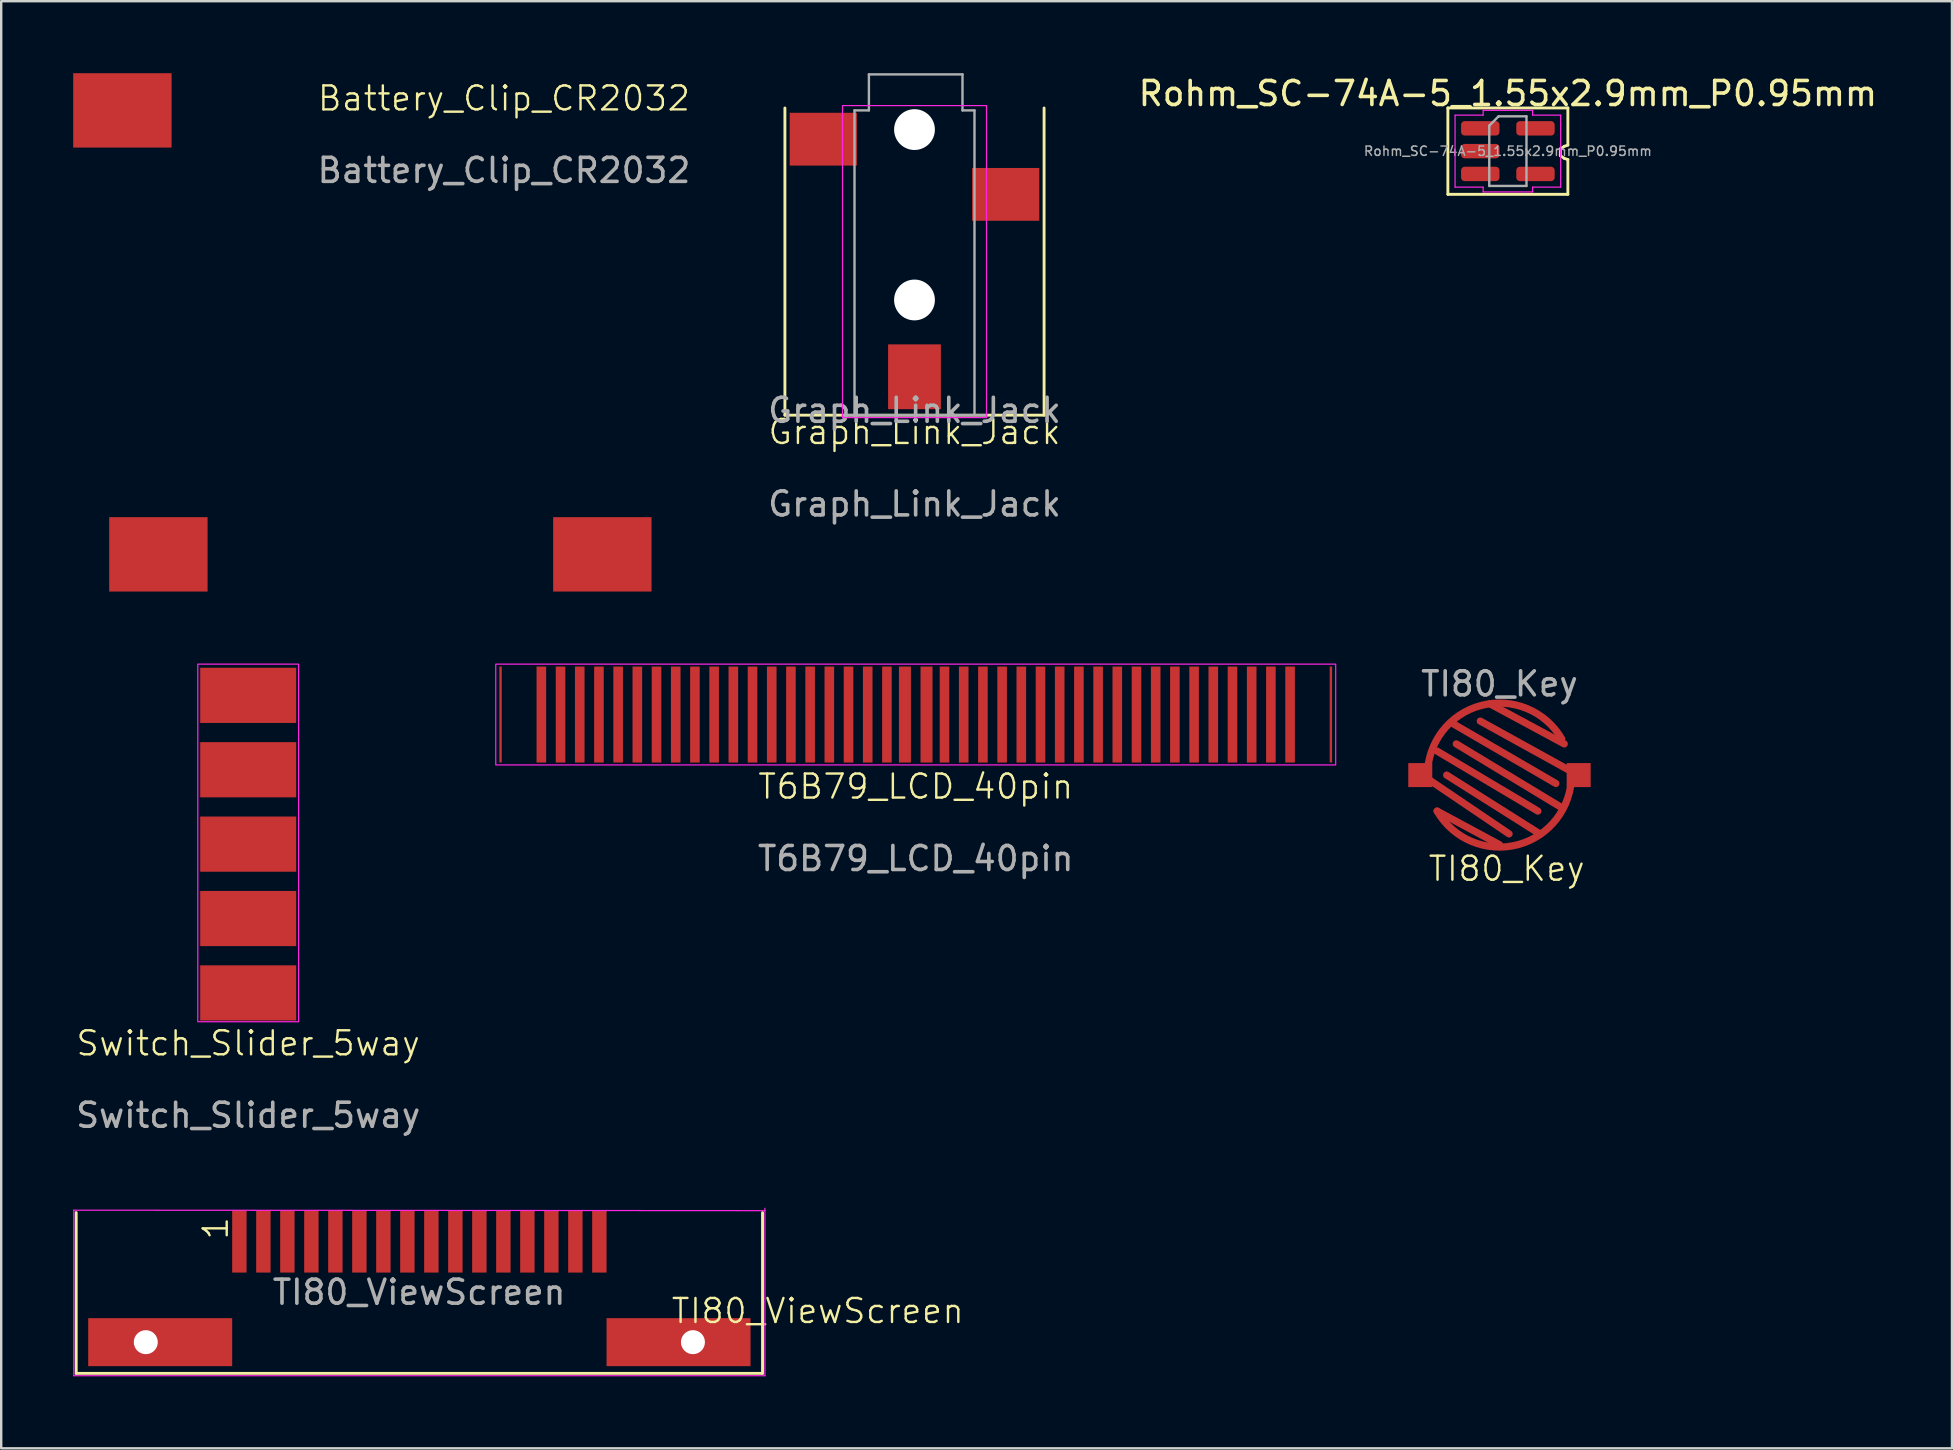
<source format=kicad_pcb>
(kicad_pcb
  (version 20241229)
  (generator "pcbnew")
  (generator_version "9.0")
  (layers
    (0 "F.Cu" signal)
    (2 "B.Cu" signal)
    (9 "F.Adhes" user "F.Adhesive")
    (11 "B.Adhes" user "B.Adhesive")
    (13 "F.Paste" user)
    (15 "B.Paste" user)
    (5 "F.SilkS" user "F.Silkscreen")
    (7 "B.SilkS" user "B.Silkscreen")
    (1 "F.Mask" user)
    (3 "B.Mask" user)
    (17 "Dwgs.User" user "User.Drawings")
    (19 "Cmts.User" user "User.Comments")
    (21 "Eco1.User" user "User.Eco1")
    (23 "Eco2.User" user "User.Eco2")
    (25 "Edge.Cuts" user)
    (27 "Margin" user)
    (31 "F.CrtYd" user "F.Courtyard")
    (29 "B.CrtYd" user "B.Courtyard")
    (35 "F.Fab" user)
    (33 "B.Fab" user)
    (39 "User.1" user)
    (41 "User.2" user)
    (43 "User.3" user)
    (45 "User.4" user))
  (footprint "T6B79_LCD_40pin"
    (layer "F.Cu")
    (at 35.108 30.225)
    (property "Reference" "T6B79_LCD_40pin" (at 0 -0.5 0) (unlocked yes) (layer "F.SilkS") (effects (font (size 1 1) (thickness 0.1))))
    (attr smd)
    (fp_rect (start -17.5 -5.6) (end 17.5 -1.4) (stroke (width 0.05) (type default)) (fill no) (layer "F.CrtYd"))
    (fp_text user "${REFERENCE}" (at 0 2.5 0) (unlocked yes) (layer "F.Fab") (effects (font (size 1 1) (thickness 0.15))))
    (pad "" smd rect (at -17.3 -3.5) (size 0.1 4) (layers "F.Cu" "F.Mask" "F.Paste"))
    (pad "" smd rect (at 17.3 -3.5) (size 0.1 4) (layers "F.Cu" "F.Mask" "F.Paste"))
    (pad "1" smd rect (at -15.6 -3.5) (size 0.4 4) (layers "F.Cu" "F.Mask" "F.Paste"))
    (pad "2" smd rect (at -14.8 -3.5) (size 0.4 4) (layers "F.Cu" "F.Mask" "F.Paste"))
    (pad "3" smd rect (at -14 -3.5) (size 0.4 4) (layers "F.Cu" "F.Mask" "F.Paste"))
    (pad "4" smd rect (at -13.2 -3.5) (size 0.4 4) (layers "F.Cu" "F.Mask" "F.Paste"))
    (pad "5" smd rect (at -12.4 -3.5) (size 0.4 4) (layers "F.Cu" "F.Mask" "F.Paste"))
    (pad "6" smd rect (at -11.6 -3.5) (size 0.4 4) (layers "F.Cu" "F.Mask" "F.Paste"))
    (pad "7" smd rect (at -10.8 -3.5) (size 0.4 4) (layers "F.Cu" "F.Mask" "F.Paste"))
    (pad "8" smd rect (at -10 -3.5) (size 0.4 4) (layers "F.Cu" "F.Mask" "F.Paste"))
    (pad "9" smd rect (at -9.2 -3.5) (size 0.4 4) (layers "F.Cu" "F.Mask" "F.Paste"))
    (pad "10" smd rect (at -8.4 -3.5) (size 0.4 4) (layers "F.Cu" "F.Mask" "F.Paste"))
    (pad "11" smd rect (at -7.6 -3.5) (size 0.4 4) (layers "F.Cu" "F.Mask" "F.Paste"))
    (pad "12" smd rect (at -6.8 -3.5) (size 0.4 4) (layers "F.Cu" "F.Mask" "F.Paste"))
    (pad "13" smd rect (at -6 -3.5) (size 0.4 4) (layers "F.Cu" "F.Mask" "F.Paste"))
    (pad "14" smd rect (at -5.2 -3.5) (size 0.4 4) (layers "F.Cu" "F.Mask" "F.Paste"))
    (pad "15" smd rect (at -4.4 -3.5) (size 0.4 4) (layers "F.Cu" "F.Mask" "F.Paste"))
    (pad "16" smd rect (at -3.6 -3.5) (size 0.4 4) (layers "F.Cu" "F.Mask" "F.Paste"))
    (pad "17" smd rect (at -2.8 -3.5) (size 0.4 4) (layers "F.Cu" "F.Mask" "F.Paste"))
    (pad "18" smd rect (at -2 -3.5) (size 0.4 4) (layers "F.Cu" "F.Mask" "F.Paste"))
    (pad "19" smd rect (at -1.2 -3.5) (size 0.4 4) (layers "F.Cu" "F.Mask" "F.Paste"))
    (pad "20" smd rect (at -0.45 -3.5) (size 0.5 4) (layers "F.Cu" "F.Mask" "F.Paste"))
    (pad "21" smd rect (at 0.45 -3.5) (size 0.5 4) (layers "F.Cu" "F.Mask" "F.Paste"))
    (pad "22" smd rect (at 1.2 -3.5) (size 0.4 4) (layers "F.Cu" "F.Mask" "F.Paste"))
    (pad "23" smd rect (at 2 -3.5) (size 0.4 4) (layers "F.Cu" "F.Mask" "F.Paste"))
    (pad "24" smd rect (at 2.8 -3.5) (size 0.4 4) (layers "F.Cu" "F.Mask" "F.Paste"))
    (pad "25" smd rect (at 3.6 -3.5) (size 0.4 4) (layers "F.Cu" "F.Mask" "F.Paste"))
    (pad "26" smd rect (at 4.4 -3.5) (size 0.4 4) (layers "F.Cu" "F.Mask" "F.Paste"))
    (pad "27" smd rect (at 5.2 -3.5) (size 0.4 4) (layers "F.Cu" "F.Mask" "F.Paste"))
    (pad "28" smd rect (at 6 -3.5) (size 0.4 4) (layers "F.Cu" "F.Mask" "F.Paste"))
    (pad "29" smd rect (at 6.8 -3.5) (size 0.4 4) (layers "F.Cu" "F.Mask" "F.Paste"))
    (pad "30" smd rect (at 7.6 -3.5) (size 0.4 4) (layers "F.Cu" "F.Mask" "F.Paste"))
    (pad "31" smd rect (at 8.4 -3.5) (size 0.4 4) (layers "F.Cu" "F.Mask" "F.Paste"))
    (pad "32" smd rect (at 9.2 -3.5) (size 0.4 4) (layers "F.Cu" "F.Mask" "F.Paste"))
    (pad "33" smd rect (at 10 -3.5) (size 0.4 4) (layers "F.Cu" "F.Mask" "F.Paste"))
    (pad "34" smd rect (at 10.8 -3.5) (size 0.4 4) (layers "F.Cu" "F.Mask" "F.Paste"))
    (pad "35" smd rect (at 11.6 -3.5) (size 0.4 4) (layers "F.Cu" "F.Mask" "F.Paste"))
    (pad "36" smd rect (at 12.4 -3.5) (size 0.4 4) (layers "F.Cu" "F.Mask" "F.Paste"))
    (pad "37" smd rect (at 13.2 -3.5) (size 0.4 4) (layers "F.Cu" "F.Mask" "F.Paste"))
    (pad "38" smd rect (at 14 -3.5) (size 0.4 4) (layers "F.Cu" "F.Mask" "F.Paste"))
    (pad "39" smd rect (at 14.8 -3.5) (size 0.4 4) (layers "F.Cu" "F.Mask" "F.Paste"))
    (pad "40" smd rect (at 15.6 -3.5) (size 0.4 4) (layers "F.Cu" "F.Mask" "F.Paste")))
  (footprint "Switch_Slider_5way"
    (layer "F.Cu")
    (at 7.292 40.925)
    (property "Reference" "Switch_Slider_5way" (at 0 -0.5 0) (unlocked yes) (layer "F.SilkS") (effects (font (size 1 1) (thickness 0.1))))
    (attr smd)
    (fp_rect (start -2.1 -16.3) (end 2.1 -1.4) (stroke (width 0.05) (type default)) (fill no) (layer "F.CrtYd"))
    (fp_text user "${REFERENCE}" (at 0 2.5 0) (unlocked yes) (layer "F.Fab") (effects (font (size 1 1) (thickness 0.15))))
    (pad "1" smd rect (at 0 -15) (size 4 2.3) (layers "F.Cu" "F.Mask" "F.Paste"))
    (pad "2" smd rect (at 0 -11.9) (size 4 2.3) (layers "F.Cu" "F.Mask" "F.Paste"))
    (pad "3" smd rect (at 0 -8.8) (size 4 2.3) (layers "F.Cu" "F.Mask" "F.Paste"))
    (pad "4" smd rect (at 0 -5.7) (size 4 2.3) (layers "F.Cu" "F.Mask" "F.Paste"))
    (pad "5" smd rect (at 0 -2.6) (size 4 2.3) (layers "F.Cu" "F.Mask" "F.Paste")))
  (footprint "Battery_Clip_CR2032"
    (layer "F.Cu")
    (at 17.95 1.55)
    (property "Reference" "Battery_Clip_CR2032" (at 0 -0.5 0) (unlocked yes) (layer "F.SilkS") (effects (font (size 1 1) (thickness 0.1))))
    (attr smd)
    (fp_text user "${REFERENCE}" (at 0 2.5 0) (unlocked yes) (layer "F.Fab") (effects (font (size 1 1) (thickness 0.15))))
    (pad "1" smd rect (at -14.4 18.5) (size 4.1 3.1) (layers "F.Cu" "F.Mask" "F.Paste"))
    (pad "1" smd rect (at 4.1 18.5) (size 4.1 3.1) (layers "F.Cu" "F.Mask" "F.Paste"))
    (pad "2" smd rect (at -15.9 0) (size 4.1 3.1) (layers "F.Cu" "F.Mask" "F.Paste")))
  (footprint "Rohm_SC-74A-5_1.55x2.9mm_P0.95mm"
    (layer "F.Cu")
    (at 59.783 3.248)
    (property "Reference" "Rohm_SC-74A-5_1.55x2.9mm_P0.95mm" (at 0 -2.4 0) (layer "F.SilkS") (effects (font (size 1 1) (thickness 0.15))))
    (attr smd)
    (fp_line (start -2.5 1.8) (end -2.5 -1.8) (stroke (width 0.12) (type solid)) (layer "F.SilkS"))
    (fp_line (start 2.185 0.19) (end 2.188 -0.1) (stroke (width 0.12) (type solid)) (layer "F.SilkS"))
    (fp_line (start 2.2 -0.1) (end 2.35 -0.2) (stroke (width 0.12) (type solid)) (layer "F.SilkS"))
    (fp_line (start 2.2 0.2) (end 2.35 0.3) (stroke (width 0.12) (type solid)) (layer "F.SilkS"))
    (fp_line (start 2.35 -0.2) (end 2.5 -0.25) (stroke (width 0.12) (type solid)) (layer "F.SilkS"))
    (fp_line (start 2.35 0.3) (end 2.5 0.35) (stroke (width 0.12) (type solid)) (layer "F.SilkS"))
    (fp_line (start 2.5 -1.8) (end -2.5 -1.8) (stroke (width 0.12) (type solid)) (layer "F.SilkS"))
    (fp_line (start 2.5 -0.25) (end 2.5 -1.8) (stroke (width 0.12) (type solid)) (layer "F.SilkS"))
    (fp_line (start 2.5 1.8) (end -2.5 1.8) (stroke (width 0.12) (type solid)) (layer "F.SilkS"))
    (fp_line (start 2.5 1.8) (end 2.5 0.35) (stroke (width 0.12) (type solid)) (layer "F.SilkS"))
    (fp_line (start -2.2 -1.5) (end -1.03 -1.5) (stroke (width 0.05) (type solid)) (layer "F.CrtYd"))
    (fp_line (start -2.2 1.5) (end -2.2 -1.5) (stroke (width 0.05) (type solid)) (layer "F.CrtYd"))
    (fp_line (start -1.03 -1.7) (end 1.03 -1.7) (stroke (width 0.05) (type solid)) (layer "F.CrtYd"))
    (fp_line (start -1.03 -1.5) (end -1.03 -1.7) (stroke (width 0.05) (type solid)) (layer "F.CrtYd"))
    (fp_line (start -1.03 1.5) (end -2.2 1.5) (stroke (width 0.05) (type solid)) (layer "F.CrtYd"))
    (fp_line (start -1.03 1.7) (end -1.03 1.5) (stroke (width 0.05) (type solid)) (layer "F.CrtYd"))
    (fp_line (start 1.03 -1.7) (end 1.03 -1.5) (stroke (width 0.05) (type solid)) (layer "F.CrtYd"))
    (fp_line (start 1.03 -1.5) (end 2.2 -1.5) (stroke (width 0.05) (type solid)) (layer "F.CrtYd"))
    (fp_line (start 1.03 1.5) (end 1.03 1.7) (stroke (width 0.05) (type solid)) (layer "F.CrtYd"))
    (fp_line (start 1.03 1.7) (end -1.03 1.7) (stroke (width 0.05) (type solid)) (layer "F.CrtYd"))
    (fp_line (start 2.2 -1.5) (end 2.2 1.5) (stroke (width 0.05) (type solid)) (layer "F.CrtYd"))
    (fp_line (start 2.2 1.5) (end 1.03 1.5) (stroke (width 0.05) (type solid)) (layer "F.CrtYd"))
    (fp_line (start -0.775 -1.062) (end -0.388 -1.45) (stroke (width 0.1) (type solid)) (layer "F.Fab"))
    (fp_line (start -0.775 1.45) (end -0.775 -1.062) (stroke (width 0.1) (type solid)) (layer "F.Fab"))
    (fp_line (start -0.388 -1.45) (end 0.775 -1.45) (stroke (width 0.1) (type solid)) (layer "F.Fab"))
    (fp_line (start 0.775 -1.45) (end 0.775 1.45) (stroke (width 0.1) (type solid)) (layer "F.Fab"))
    (fp_line (start 0.775 1.45) (end -0.775 1.45) (stroke (width 0.1) (type solid)) (layer "F.Fab"))
    (fp_text user "${REFERENCE}" (at 0 0 0) (layer "F.Fab") (effects (font (size 0.39 0.39) (thickness 0.06))))
    (pad "1" smd roundrect (at 1.15 -0.95) (size 1.6 0.6) (layers "F.Cu" "F.Mask" "F.Paste") (roundrect_rratio 0.25))
    (pad "2" smd roundrect (at 1.15 0.95) (size 1.6 0.6) (layers "F.Cu" "F.Mask" "F.Paste") (roundrect_rratio 0.25))
    (pad "3" smd roundrect (at -1.15 0.95) (size 1.6 0.6) (layers "F.Cu" "F.Mask" "F.Paste") (roundrect_rratio 0.25))
    (pad "4" smd roundrect (at -1.15 0) (size 1.6 0.6) (layers "F.Cu" "F.Mask" "F.Paste") (roundrect_rratio 0.25))
    (pad "5" smd roundrect (at -1.15 -0.95) (size 1.6 0.6) (layers "F.Cu" "F.Mask" "F.Paste") (roundrect_rratio 0.25)))
  (footprint "TI80_Key"
    (layer "F.Cu")
    (at 59.433 29.248)
    (property "Reference" "TI80_Key" (at 0.3 3.9 0) (unlocked yes) (layer "F.SilkS") (effects (font (size 1 1) (thickness 0.1))))
    (attr smd)
    (fp_line (start -3 0.15) (end 0.4 2.45) (stroke (width 0.3) (type solid)) (layers "F.Cu" "F.Mask"))
    (fp_line (start -2.6 -1) (end 1.6 1.5) (stroke (width 0.3) (type solid)) (layers "F.Cu" "F.Mask"))
    (fp_line (start -2.598 1.5) (end 0 2.9) (stroke (width 0.3) (type solid)) (layers "F.Cu" "F.Mask"))
    (fp_line (start -1.95 -2.15) (end 2.35 0.35) (stroke (width 0.3) (type solid)) (layers "F.Cu" "F.Mask"))
    (fp_line (start 1.6 2.4) (end -2.2 0) (stroke (width 0.3) (type solid)) (layers "F.Cu" "F.Mask"))
    (fp_line (start 2.5 1.3) (end -1.8 -1.3) (stroke (width 0.3) (type solid)) (layers "F.Cu" "F.Mask"))
    (fp_line (start 2.699 -1.3) (end -0.405 -2.973) (stroke (width 0.3) (type solid)) (layers "F.Cu" "F.Mask"))
    (fp_line (start 3 -0.15) (end -0.8 -2.25) (stroke (width 0.3) (type solid)) (layers "F.Cu" "F.Mask"))
    (fp_arc (start -3 0) (mid -0.776457 -2.897777) (end 2.598076 -1.5) (stroke (width 0.3) (type solid)) (layers "F.Cu" "F.Mask"))
    (fp_arc (start 3 0) (mid 0.776457 2.897777) (end -2.598076 1.5) (stroke (width 0.3) (type solid)) (layers "F.Cu" "F.Mask"))
    (fp_text user "${REFERENCE}" (at 0 -3.8 0) (unlocked yes) (layer "F.Fab") (effects (font (size 1 1) (thickness 0.15))))
    (pad "1" smd custom (at -3.3 0) (size 1 1) (layers "F.Cu" "F.Mask" "F.Paste") (options (anchor rect)) (primitives))
    (pad "2" smd custom (at 3.3 0 180) (size 1 1) (layers "F.Cu" "F.Mask" "F.Paste") (options (anchor rect)) (primitives)))
  (footprint "TI80_ViewScreen"
    (layer "F.Cu")
    (at 14.425 50.878)
    (property "Reference" "TI80_ViewScreen" (at 16.6 0.7 0) (unlocked yes) (layer "F.SilkS") (effects (font (size 1 1) (thickness 0.1))))
    (attr smd)
    (fp_line (start -14.3 3.3) (end -14.3 -3.4) (stroke (width 0.12) (type solid)) (layer "F.SilkS"))
    (fp_line (start 14.3 -3.4) (end 14.3 3.3) (stroke (width 0.12) (type solid)) (layer "F.SilkS"))
    (fp_line (start 14.3 3.3) (end -14.3 3.3) (stroke (width 0.12) (type solid)) (layer "F.SilkS"))
    (fp_line (start -14.4 -3.5) (end -14.4 3.4) (stroke (width 0.05) (type solid)) (layer "F.CrtYd"))
    (fp_line (start -14.4 3.4) (end 14.4 3.4) (stroke (width 0.05) (type solid)) (layer "F.CrtYd"))
    (fp_line (start 14.4 -3.48) (end -14.4 -3.5) (stroke (width 0.05) (type solid)) (layer "F.CrtYd"))
    (fp_line (start 14.4 3.4) (end 14.4 -3.58) (stroke (width 0.05) (type solid)) (layer "F.CrtYd"))
    (fp_text user "1" (at -7.9 -2.2 90) (unlocked yes) (layer "F.SilkS") (effects (font (size 1 1) (thickness 0.1)) (justify left bottom)))
    (fp_text user "${REFERENCE}" (at -0.01 -0.08 180) (layer "F.Fab") (effects (font (size 1 1) (thickness 0.15))))
    (pad "" np_thru_hole circle (at -11.4 2) (size 1 1) (drill 1) (layers "*.Cu" "*.Mask"))
    (pad "" smd rect (at -10.8 2) (size 6 2) (layers "F.Cu" "F.Mask" "F.Paste"))
    (pad "" smd rect (at 10.8 2) (size 6 2) (layers "F.Cu" "F.Mask" "F.Paste"))
    (pad "" np_thru_hole circle (at 11.4 2) (size 1 1) (drill 1) (layers "*.Cu" "*.Mask"))
    (pad "1" smd rect (at -7.5 -2.2) (size 0.6 2.6) (layers "F.Cu" "F.Mask" "F.Paste"))
    (pad "2" smd rect (at -6.5 -2.2) (size 0.6 2.6) (layers "F.Cu" "F.Mask" "F.Paste"))
    (pad "3" smd rect (at -5.5 -2.2) (size 0.6 2.6) (layers "F.Cu" "F.Mask" "F.Paste"))
    (pad "4" smd rect (at -4.5 -2.2) (size 0.6 2.6) (layers "F.Cu" "F.Mask" "F.Paste"))
    (pad "5" smd rect (at -3.5 -2.2) (size 0.6 2.6) (layers "F.Cu" "F.Mask" "F.Paste"))
    (pad "6" smd rect (at -2.5 -2.2) (size 0.6 2.6) (layers "F.Cu" "F.Mask" "F.Paste"))
    (pad "7" smd rect (at -1.5 -2.2) (size 0.6 2.6) (layers "F.Cu" "F.Mask" "F.Paste"))
    (pad "8" smd rect (at -0.5 -2.2) (size 0.6 2.6) (layers "F.Cu" "F.Mask" "F.Paste"))
    (pad "9" smd rect (at 0.5 -2.2) (size 0.6 2.6) (layers "F.Cu" "F.Mask" "F.Paste"))
    (pad "10" smd rect (at 1.5 -2.2) (size 0.6 2.6) (layers "F.Cu" "F.Mask" "F.Paste"))
    (pad "11" smd rect (at 2.5 -2.2) (size 0.6 2.6) (layers "F.Cu" "F.Mask" "F.Paste"))
    (pad "12" smd rect (at 3.5 -2.2) (size 0.6 2.6) (layers "F.Cu" "F.Mask" "F.Paste"))
    (pad "13" smd rect (at 4.5 -2.2) (size 0.6 2.6) (layers "F.Cu" "F.Mask" "F.Paste"))
    (pad "14" smd rect (at 5.5 -2.2) (size 0.6 2.6) (layers "F.Cu" "F.Mask" "F.Paste"))
    (pad "15" smd rect (at 6.5 -2.2) (size 0.6 2.6) (layers "F.Cu" "F.Mask" "F.Paste"))
    (pad "16" smd rect (at 7.5 -2.2) (size 0.6 2.6) (layers "F.Cu" "F.Mask" "F.Paste")))
  (footprint "Graph_Link_Jack"
    (layer "F.Cu")
    (at 35.057 14.25)
    (property "Reference" "Graph_Link_Jack" (at 0 0.7 0) (unlocked yes) (layer "F.SilkS") (effects (font (size 1 1) (thickness 0.1))))
    (attr smd)
    (fp_line (start -5.4 0) (end -5.4 -12.8) (stroke (width 0.12) (type solid)) (layer "F.SilkS"))
    (fp_line (start 5.4 -12.8) (end 5.4 0) (stroke (width 0.12) (type solid)) (layer "F.SilkS"))
    (fp_line (start 5.4 0) (end -5.4 0) (stroke (width 0.12) (type solid)) (layer "F.SilkS"))
    (fp_line (start -3 -12.9) (end 3 -12.9) (stroke (width 0.05) (type solid)) (layer "F.CrtYd"))
    (fp_line (start -3 0.1) (end -3 -12.9) (stroke (width 0.05) (type solid)) (layer "F.CrtYd"))
    (fp_line (start 3 -12.9) (end 3 0.1) (stroke (width 0.05) (type solid)) (layer "F.CrtYd"))
    (fp_line (start 3 0.1) (end -3 0.1) (stroke (width 0.05) (type solid)) (layer "F.CrtYd"))
    (fp_line (start -2.5 -12.7) (end -1.9 -12.7) (stroke (width 0.1) (type solid)) (layer "F.Fab"))
    (fp_line (start -2.5 0.05) (end -2.5 -12.7) (stroke (width 0.1) (type solid)) (layer "F.Fab"))
    (fp_line (start -1.9 -14.2) (end 2 -14.2) (stroke (width 0.1) (type solid)) (layer "F.Fab"))
    (fp_line (start -1.9 -12.7) (end -1.9 -14.2) (stroke (width 0.1) (type solid)) (layer "F.Fab"))
    (fp_line (start 2 -14.2) (end 2 -12.7) (stroke (width 0.1) (type solid)) (layer "F.Fab"))
    (fp_line (start 2 -12.7) (end 2.5 -12.7) (stroke (width 0.1) (type solid)) (layer "F.Fab"))
    (fp_line (start 2.5 -12.7) (end 2.5 0) (stroke (width 0.1) (type solid)) (layer "F.Fab"))
    (fp_line (start 3 0) (end -3 0) (stroke (width 0.1) (type solid)) (layer "F.Fab"))
    (fp_text user "${REFERENCE}" (at 0 -0.2 180) (layer "F.Fab") (effects (font (size 1 1) (thickness 0.15))))
    (fp_text user "${REFERENCE}" (at 0 3.7 0) (unlocked yes) (layer "F.Fab") (effects (font (size 1 1) (thickness 0.15))))
    (pad "" np_thru_hole circle (at 0 -11.9) (size 1.7 1.7) (drill 1.7) (layers "*.Cu" "*.Mask"))
    (pad "" np_thru_hole circle (at 0 -4.8) (size 1.7 1.7) (drill 1.7) (layers "*.Cu" "*.Mask"))
    (pad "R" smd rect (at 3.8 -9.2) (size 2.8 2.2) (layers "F.Cu" "F.Mask" "F.Paste"))
    (pad "S" smd rect (at -3.8 -11.5) (size 2.8 2.2) (layers "F.Cu" "F.Mask" "F.Paste"))
    (pad "T" smd rect (at 0 -1.6) (size 2.2 2.7) (layers "F.Cu" "F.Mask" "F.Paste")))
  (gr_rect
    (start -3 -3)
    (end 78.289 57.303)
    (stroke (width 0.1) (type default))
    (fill no)
    (layer "Edge.Cuts")))
</source>
